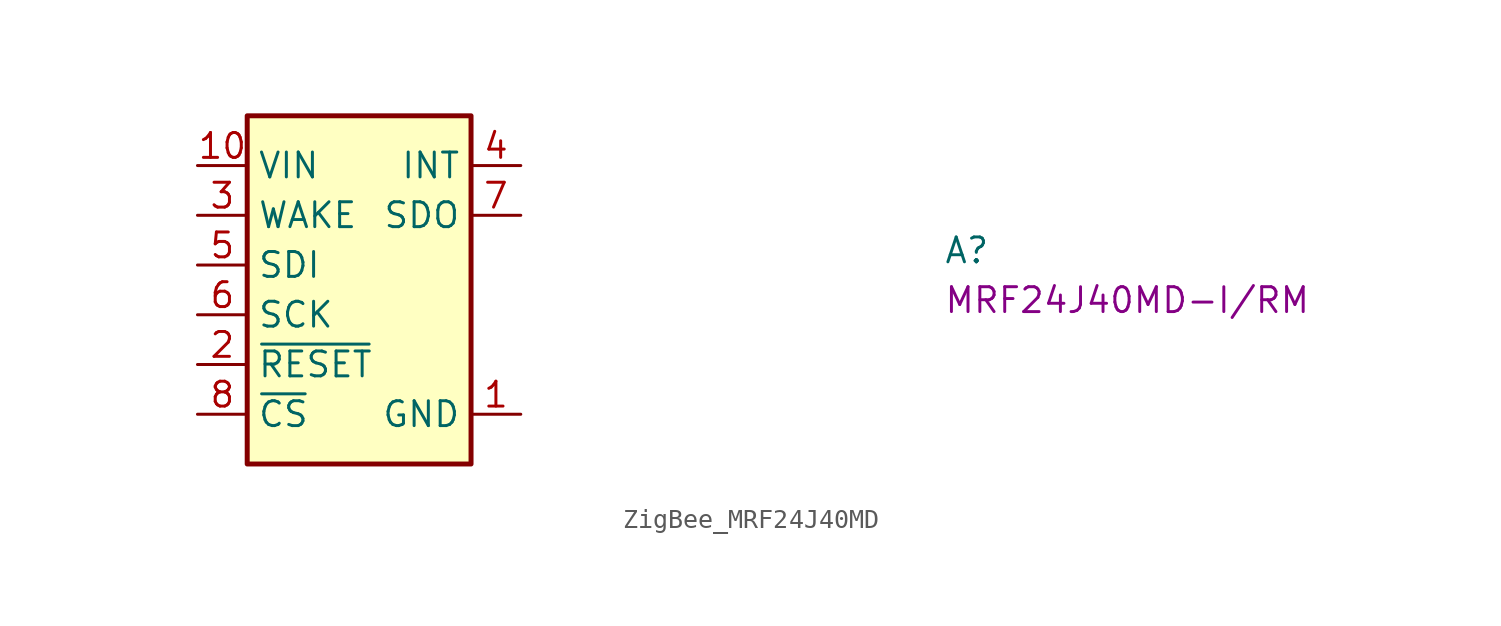
<source format=kicad_sym>
(kicad_symbol_lib
  (version 20220914)
  (generator kicad_symbol_editor)
  (symbol "ZigBee_MRF24J40MD"
    (property "Reference" "A"
      (at 38.1 -5.08 0)
      (effects (font (size 1.27 1.27) (thickness 0.15)) (justify left bottom)))
    (property "MPN" "MRF24J40MD-I/RM"
      (at 38.1 -7.62 0)
      (effects (font (size 1.27 1.27) (thickness 0.15)) (justify left bottom)))
    (symbol "ZigBee_MRF24J40MD_1_1"
      (rectangle (start 2.54 2.54) (end 13.97 -15.24) (stroke (width 0.254) (type default)) (fill (type background)))
      (pin power_in line (at 16.51 -12.7 180) (length 2.54) (name "GND" (effects (font (size 1.27 1.27)))) (number "1" (effects (font (size 1.27 1.27)))))
      (pin power_in line (at 0 0 0) (length 2.54) (name "VIN" (effects (font (size 1.27 1.27)))) (number "10" (effects (font (size 1.27 1.27)))))
      (pin passive line (at 16.51 -12.7 180) (length 2.54) hide (name "GND" (effects (font (size 1.27 1.27)))) (number "11" (effects (font (size 1.27 1.27)))))
      (pin passive line (at 16.51 -12.7 180) (length 2.54) hide (name "GND" (effects (font (size 1.27 1.27)))) (number "12" (effects (font (size 1.27 1.27)))))
      (pin input line (at 0 -10.16 0) (length 2.54) (name "~{RESET}" (effects (font (size 1.27 1.27)))) (number "2" (effects (font (size 1.27 1.27)))))
      (pin input line (at 0 -2.54 0) (length 2.54) (name "WAKE" (effects (font (size 1.27 1.27)))) (number "3" (effects (font (size 1.27 1.27)))))
      (pin output line (at 16.51 0 180) (length 2.54) (name "INT" (effects (font (size 1.27 1.27)))) (number "4" (effects (font (size 1.27 1.27)))))
      (pin input line (at 0 -5.08 0) (length 2.54) (name "SDI" (effects (font (size 1.27 1.27)))) (number "5" (effects (font (size 1.27 1.27)))))
      (pin input line (at 0 -7.62 0) (length 2.54) (name "SCK" (effects (font (size 1.27 1.27)))) (number "6" (effects (font (size 1.27 1.27)))))
      (pin output line (at 16.51 -2.54 180) (length 2.54) (name "SDO" (effects (font (size 1.27 1.27)))) (number "7" (effects (font (size 1.27 1.27)))))
      (pin input line (at 0 -12.7 0) (length 2.54) (name "~{CS}" (effects (font (size 1.27 1.27)))) (number "8" (effects (font (size 1.27 1.27)))))
      (pin no_connect line (at 13.97 -5.08 180) (length 2.54) hide (name "NC" (effects (font (size 1.27 1.27)))) (number "9" (effects (font (size 1.27 1.27))))))))
</source>
